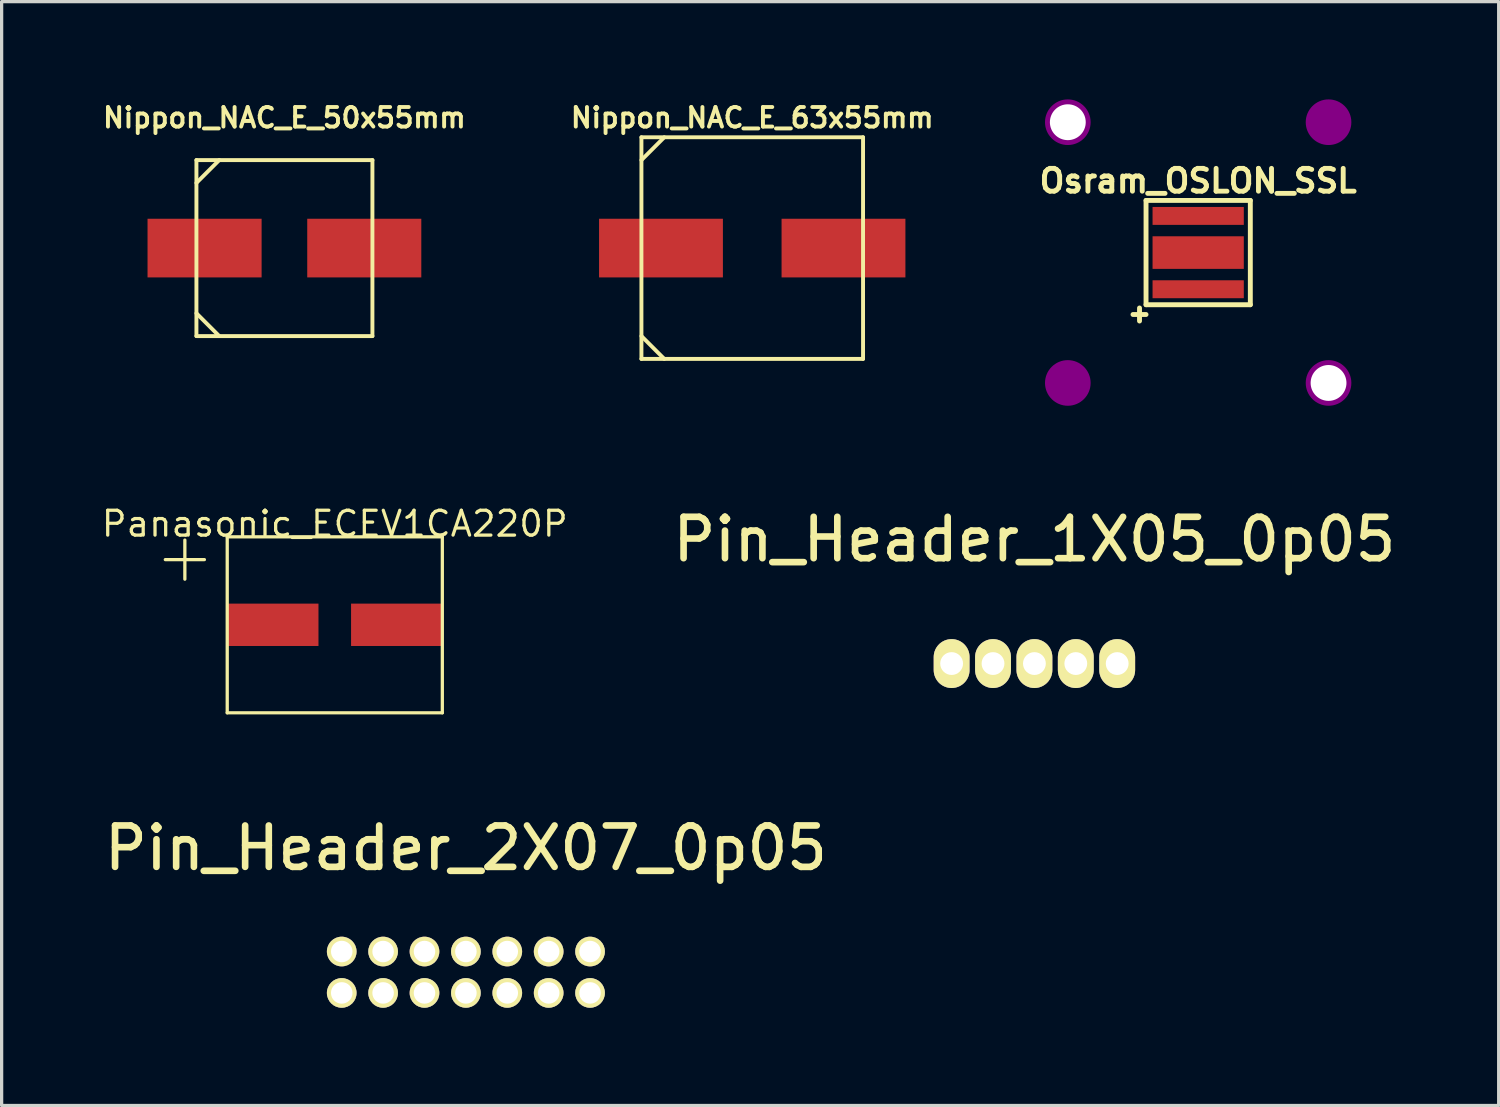
<source format=kicad_pcb>
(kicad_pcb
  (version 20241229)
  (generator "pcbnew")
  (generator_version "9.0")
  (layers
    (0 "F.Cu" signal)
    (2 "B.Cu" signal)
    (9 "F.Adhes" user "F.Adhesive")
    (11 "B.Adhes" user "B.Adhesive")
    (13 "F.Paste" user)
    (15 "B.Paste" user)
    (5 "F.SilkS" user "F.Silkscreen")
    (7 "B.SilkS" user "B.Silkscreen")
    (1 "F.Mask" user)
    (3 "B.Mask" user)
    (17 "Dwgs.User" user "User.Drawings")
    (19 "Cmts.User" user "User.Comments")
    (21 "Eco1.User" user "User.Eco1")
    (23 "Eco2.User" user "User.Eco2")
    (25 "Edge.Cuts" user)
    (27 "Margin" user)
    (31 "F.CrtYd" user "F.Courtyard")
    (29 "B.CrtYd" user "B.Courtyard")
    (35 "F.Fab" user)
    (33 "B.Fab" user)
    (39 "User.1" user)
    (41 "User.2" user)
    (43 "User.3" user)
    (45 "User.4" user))
  (footprint "Panasonic_ECEV1CA220P"
    (layer "F.Cu")
    (at 7.222 16.121)
    (property "Reference" "Panasonic_ECEV1CA220P" (at 0 -3.1 0) (layer "F.SilkS") (effects (font (size 0.762 0.762) (thickness 0.1))))
    (attr smd)
    (fp_line (start -4.6 -2.6) (end -4.6 -1.4) (stroke (width 0.1) (type solid)) (layer "F.SilkS"))
    (fp_line (start -4 -2) (end -5.2 -2) (stroke (width 0.1) (type solid)) (layer "F.SilkS"))
    (fp_line (start -3.3 -2.7) (end 3.3 -2.7) (stroke (width 0.1) (type solid)) (layer "F.SilkS"))
    (fp_line (start -3.3 2.7) (end -3.3 -2.7) (stroke (width 0.1) (type solid)) (layer "F.SilkS"))
    (fp_line (start 3.3 -2.7) (end 3.3 2.7) (stroke (width 0.1) (type solid)) (layer "F.SilkS"))
    (fp_line (start 3.3 2.7) (end -3.3 2.7) (stroke (width 0.1) (type solid)) (layer "F.SilkS"))
    (pad "1" smd rect (at -1.9 0) (size 2.8 1.3) (layers "F.Cu" "F.Mask" "F.Paste"))
    (pad "2" smd rect (at 1.9 0) (size 2.8 1.3) (layers "F.Cu" "F.Mask" "F.Paste")))
  (footprint "Pin_Header_2X07_0p05"
    (layer "F.Cu")
    (at 11.245 26.781)
    (property "Reference" "Pin_Header_2X07_0p05" (at 0 -3.81 0) (layer "F.SilkS") (effects (font (size 1.27 1.27) (thickness 0.203))))
    (attr through_hole)
    (pad "1" thru_hole oval (at -3.81 0.635) (size 0.91 0.91) (drill 0.66) (layers "*.Cu" "*.Mask" "F.SilkS"))
    (pad "2" thru_hole oval (at -2.54 0.635) (size 0.91 0.91) (drill 0.66) (layers "*.Cu" "*.Mask" "F.SilkS"))
    (pad "3" thru_hole oval (at -1.27 0.635) (size 0.91 0.91) (drill 0.66) (layers "*.Cu" "*.Mask" "F.SilkS"))
    (pad "4" thru_hole oval (at 0 0.635) (size 0.91 0.91) (drill 0.66) (layers "*.Cu" "*.Mask" "F.SilkS"))
    (pad "5" thru_hole oval (at 1.27 0.635) (size 0.91 0.91) (drill 0.66) (layers "*.Cu" "*.Mask" "F.SilkS"))
    (pad "6" thru_hole oval (at 2.54 0.635) (size 0.91 0.91) (drill 0.66) (layers "*.Cu" "*.Mask" "F.SilkS"))
    (pad "7" thru_hole oval (at 3.81 0.635) (size 0.91 0.91) (drill 0.66) (layers "*.Cu" "*.Mask" "F.SilkS"))
    (pad "8" thru_hole oval (at 3.81 -0.635) (size 0.91 0.91) (drill 0.66) (layers "*.Cu" "*.Mask" "F.SilkS"))
    (pad "9" thru_hole oval (at 2.54 -0.635) (size 0.91 0.91) (drill 0.66) (layers "*.Cu" "*.Mask" "F.SilkS"))
    (pad "10" thru_hole oval (at 1.27 -0.635) (size 0.91 0.91) (drill 0.66) (layers "*.Cu" "*.Mask" "F.SilkS"))
    (pad "11" thru_hole oval (at 0 -0.635) (size 0.91 0.91) (drill 0.66) (layers "*.Cu" "*.Mask" "F.SilkS"))
    (pad "12" thru_hole oval (at -1.27 -0.635) (size 0.91 0.91) (drill 0.66) (layers "*.Cu" "*.Mask" "F.SilkS"))
    (pad "13" thru_hole oval (at -2.54 -0.635) (size 0.91 0.91) (drill 0.66) (layers "*.Cu" "*.Mask" "F.SilkS"))
    (pad "14" thru_hole oval (at -3.81 -0.635) (size 0.91 0.91) (drill 0.66) (layers "*.Cu" "*.Mask" "F.SilkS")))
  (footprint "Pin_Header_1X05_0p05"
    (layer "F.Cu")
    (at 28.689 17.31)
    (property "Reference" "Pin_Header_1X05_0p05" (at 0 -3.81 0) (layer "F.SilkS") (effects (font (size 1.27 1.27) (thickness 0.203))))
    (attr through_hole)
    (pad "1" thru_hole oval (at -2.54 0) (size 1.1 1.5) (drill 0.7) (layers "*.Cu" "*.Mask" "F.SilkS"))
    (pad "2" thru_hole oval (at -1.27 0) (size 1.1 1.5) (drill 0.7) (layers "*.Cu" "*.Mask" "F.SilkS"))
    (pad "3" thru_hole oval (at 0 0) (size 1.1 1.5) (drill 0.7) (layers "*.Cu" "*.Mask" "F.SilkS"))
    (pad "4" thru_hole oval (at 1.27 0) (size 1.1 1.5) (drill 0.7) (layers "*.Cu" "*.Mask" "F.SilkS"))
    (pad "5" thru_hole oval (at 2.54 0) (size 1.1 1.5) (drill 0.7) (layers "*.Cu" "*.Mask" "F.SilkS")))
  (footprint "Nippon_NAC_E_50x55mm"
    (layer "F.Cu")
    (at 5.677 4.562)
    (property "Reference" "Nippon_NAC_E_50x55mm" (at 0 -4 0) (layer "F.SilkS") (effects (font (size 0.6 0.6) (thickness 0.12))))
    (attr smd)
    (fp_line (start -2.7 -2.7) (end 2.7 -2.7) (stroke (width 0.12) (type solid)) (layer "F.SilkS"))
    (fp_line (start -2.7 -2) (end -2 -2.7) (stroke (width 0.12) (type solid)) (layer "F.SilkS"))
    (fp_line (start -2.7 2) (end -2 2.7) (stroke (width 0.12) (type solid)) (layer "F.SilkS"))
    (fp_line (start -2.7 2.7) (end -2.7 -2.7) (stroke (width 0.12) (type solid)) (layer "F.SilkS"))
    (fp_line (start 2.7 -2.7) (end 2.7 2.7) (stroke (width 0.12) (type solid)) (layer "F.SilkS"))
    (fp_line (start 2.7 2.7) (end -2.7 2.7) (stroke (width 0.12) (type solid)) (layer "F.SilkS"))
    (pad "1" smd rect (at -2.45 0) (size 3.5 1.8) (layers "F.Cu" "F.Mask" "F.Paste"))
    (pad "2" smd rect (at 2.45 0) (size 3.5 1.8) (layers "F.Cu" "F.Mask" "F.Paste")))
  (footprint "Osram_OSLON_SSL"
    (layer "F.Cu")
    (at 33.714 4.7)
    (property "Reference" "Osram_OSLON_SSL" (at 0 -2.2 0) (layer "F.SilkS") (effects (font (size 0.7 0.7) (thickness 0.15))))
    (attr smd)
    (fp_line (start -1.8 1.7) (end -1.8 2.1) (stroke (width 0.15) (type solid)) (layer "F.SilkS"))
    (fp_line (start -1.6 -1.6) (end 1.6 -1.6) (stroke (width 0.15) (type solid)) (layer "F.SilkS"))
    (fp_line (start -1.6 1.6) (end -1.6 -1.6) (stroke (width 0.15) (type solid)) (layer "F.SilkS"))
    (fp_line (start -1.6 1.9) (end -2 1.9) (stroke (width 0.15) (type solid)) (layer "F.SilkS"))
    (fp_line (start 1.6 -1.6) (end 1.6 1.6) (stroke (width 0.15) (type solid)) (layer "F.SilkS"))
    (fp_line (start 1.6 1.6) (end -1.6 1.6) (stroke (width 0.15) (type solid)) (layer "F.SilkS"))
    (pad "" np_thru_hole circle (at -4 -4) (size 1.1 1.1) (drill 1.1) (layers "*.Cu"))
    (pad "" smd circle (at -4 -4) (size 1.4 1.4) (layers "F.Mask" "F.Adhes"))
    (pad "" smd circle (at -4 4) (size 1.4 1.4) (layers "F.Mask" "F.Adhes"))
    (pad "" smd circle (at 4 -4) (size 1.4 1.4) (layers "F.Mask" "F.Adhes"))
    (pad "" np_thru_hole circle (at 4 4) (size 1.1 1.1) (drill 1.1) (layers "*.Cu"))
    (pad "" smd circle (at 4 4) (size 1.4 1.4) (layers "F.Mask" "F.Adhes"))
    (pad "1" smd rect (at 0 -1.125) (size 2.8 0.55) (layers "F.Cu" "F.Mask" "F.Paste"))
    (pad "2" smd rect (at 0 1.125) (size 2.8 0.55) (layers "F.Cu" "F.Mask" "F.Paste"))
    (pad "3" smd rect (at 0 0) (size 2.8 1) (layers "F.Cu" "F.Mask" "F.Paste")))
  (footprint "Nippon_NAC_E_63x55mm"
    (layer "F.Cu")
    (at 20.031 4.562)
    (property "Reference" "Nippon_NAC_E_63x55mm" (at 0 -4 0) (layer "F.SilkS") (effects (font (size 0.6 0.6) (thickness 0.12))))
    (attr smd)
    (fp_line (start -3.4 -3.4) (end 3.4 -3.4) (stroke (width 0.12) (type solid)) (layer "F.SilkS"))
    (fp_line (start -3.4 -2.7) (end -2.7 -3.4) (stroke (width 0.12) (type solid)) (layer "F.SilkS"))
    (fp_line (start -3.4 2.7) (end -2.7 3.4) (stroke (width 0.12) (type solid)) (layer "F.SilkS"))
    (fp_line (start -3.4 3.4) (end -3.4 -3.4) (stroke (width 0.12) (type solid)) (layer "F.SilkS"))
    (fp_line (start 3.4 -3.4) (end 3.4 3.4) (stroke (width 0.12) (type solid)) (layer "F.SilkS"))
    (fp_line (start 3.4 3.4) (end -3.4 3.4) (stroke (width 0.12) (type solid)) (layer "F.SilkS"))
    (pad "1" smd rect (at -2.8 0) (size 3.8 1.8) (layers "F.Cu" "F.Mask" "F.Paste"))
    (pad "2" smd rect (at 2.8 0) (size 3.8 1.8) (layers "F.Cu" "F.Mask" "F.Paste")))
  (gr_rect
    (start -3 -3)
    (end 42.934 30.871)
    (stroke (width 0.1) (type default))
    (fill no)
    (layer "Edge.Cuts")))
</source>
